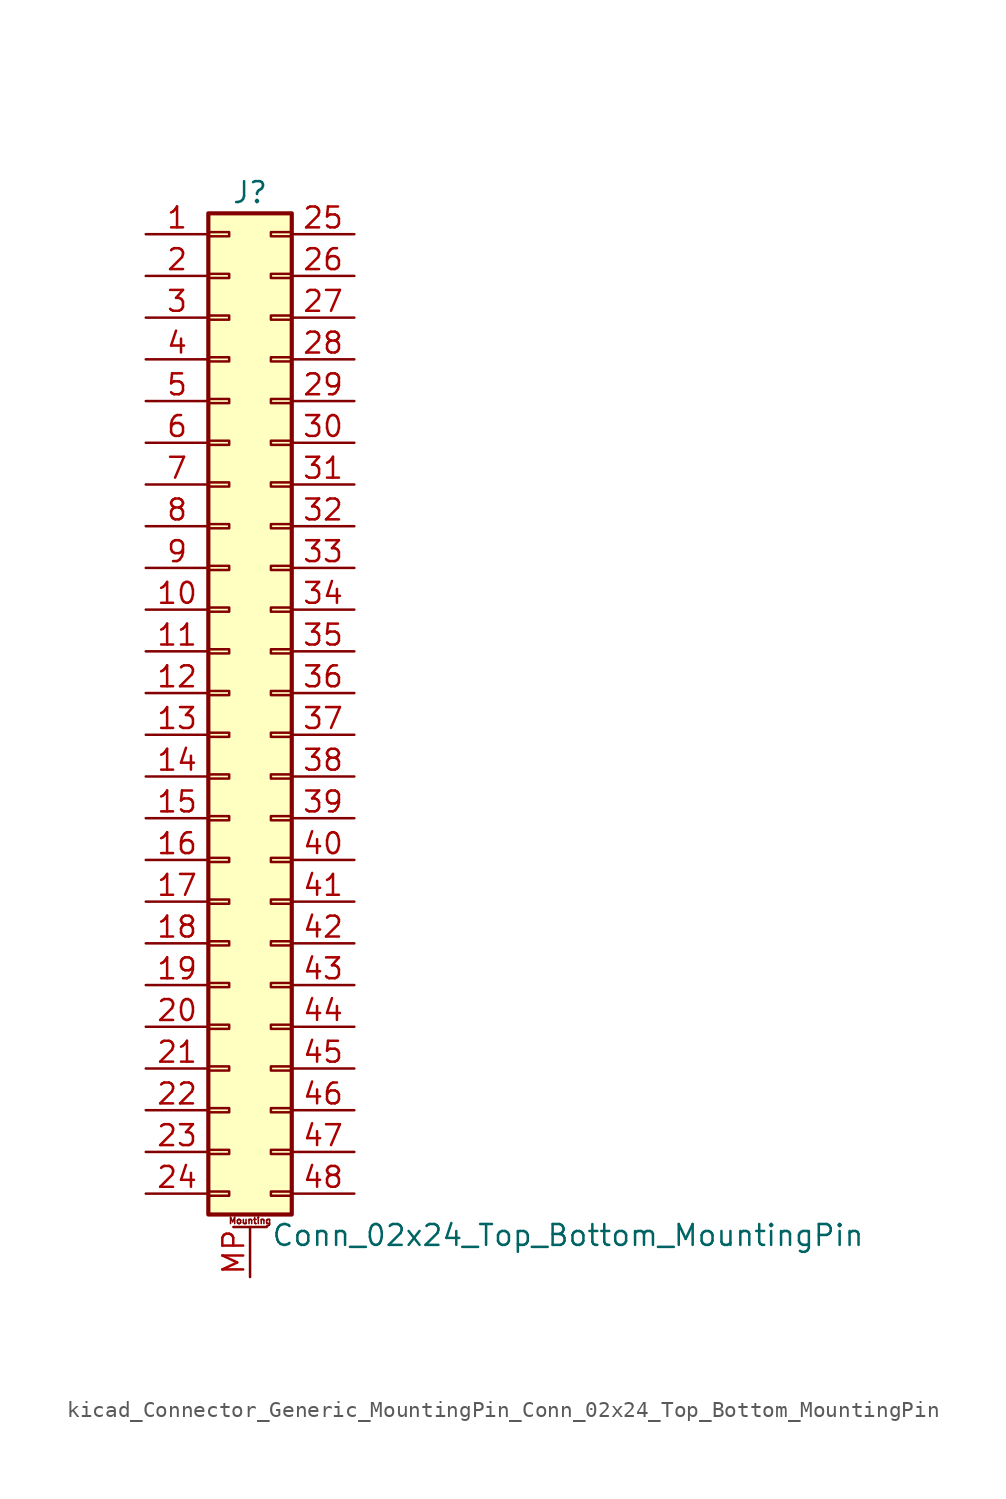
<source format=kicad_sym>
(kicad_symbol_lib
  (version 20220914)
  (generator kicad_symbol_editor)
  (symbol "kicad_Connector_Generic_MountingPin_Conn_02x24_Top_Bottom_MountingPin"
    (pin_names
      (offset 1.016) hide)
    (property "Reference" "J"
      (at 1.27 30.48 0)
      (effects (font (size 1.27 1.27))))
    (property "Value" "Conn_02x24_Top_Bottom_MountingPin"
      (at 2.54 -33.02 0)
      (effects (font (size 1.27 1.27)) (justify left)))
    (symbol "kicad_Connector_Generic_MountingPin_Conn_02x24_Top_Bottom_MountingPin_1_1"
      (rectangle (start -1.27 -30.353) (end 0 -30.607) (stroke (width 0.152) (type default)) (fill (type none)))
      (rectangle (start -1.27 -27.813) (end 0 -28.067) (stroke (width 0.152) (type default)) (fill (type none)))
      (rectangle (start -1.27 -25.273) (end 0 -25.527) (stroke (width 0.152) (type default)) (fill (type none)))
      (rectangle (start -1.27 -22.733) (end 0 -22.987) (stroke (width 0.152) (type default)) (fill (type none)))
      (rectangle (start -1.27 -20.193) (end 0 -20.447) (stroke (width 0.152) (type default)) (fill (type none)))
      (rectangle (start -1.27 -17.653) (end 0 -17.907) (stroke (width 0.152) (type default)) (fill (type none)))
      (rectangle (start -1.27 -15.113) (end 0 -15.367) (stroke (width 0.152) (type default)) (fill (type none)))
      (rectangle (start -1.27 -12.573) (end 0 -12.827) (stroke (width 0.152) (type default)) (fill (type none)))
      (rectangle (start -1.27 -10.033) (end 0 -10.287) (stroke (width 0.152) (type default)) (fill (type none)))
      (rectangle (start -1.27 -7.493) (end 0 -7.747) (stroke (width 0.152) (type default)) (fill (type none)))
      (rectangle (start -1.27 -4.953) (end 0 -5.207) (stroke (width 0.152) (type default)) (fill (type none)))
      (rectangle (start -1.27 -2.413) (end 0 -2.667) (stroke (width 0.152) (type default)) (fill (type none)))
      (rectangle (start -1.27 0.127) (end 0 -0.127) (stroke (width 0.152) (type default)) (fill (type none)))
      (rectangle (start -1.27 2.667) (end 0 2.413) (stroke (width 0.152) (type default)) (fill (type none)))
      (rectangle (start -1.27 5.207) (end 0 4.953) (stroke (width 0.152) (type default)) (fill (type none)))
      (rectangle (start -1.27 7.747) (end 0 7.493) (stroke (width 0.152) (type default)) (fill (type none)))
      (rectangle (start -1.27 10.287) (end 0 10.033) (stroke (width 0.152) (type default)) (fill (type none)))
      (rectangle (start -1.27 12.827) (end 0 12.573) (stroke (width 0.152) (type default)) (fill (type none)))
      (rectangle (start -1.27 15.367) (end 0 15.113) (stroke (width 0.152) (type default)) (fill (type none)))
      (rectangle (start -1.27 17.907) (end 0 17.653) (stroke (width 0.152) (type default)) (fill (type none)))
      (rectangle (start -1.27 20.447) (end 0 20.193) (stroke (width 0.152) (type default)) (fill (type none)))
      (rectangle (start -1.27 22.987) (end 0 22.733) (stroke (width 0.152) (type default)) (fill (type none)))
      (rectangle (start -1.27 25.527) (end 0 25.273) (stroke (width 0.152) (type default)) (fill (type none)))
      (rectangle (start -1.27 28.067) (end 0 27.813) (stroke (width 0.152) (type default)) (fill (type none)))
      (rectangle (start -1.27 29.21) (end 3.81 -31.75) (stroke (width 0.254) (type default)) (fill (type background)))
      (polyline (pts (xy 0.254 -32.512) (xy 2.286 -32.512)) (stroke (width 0.152) (type default)) (fill (type none)))
      (rectangle (start 3.81 -30.353) (end 2.54 -30.607) (stroke (width 0.152) (type default)) (fill (type none)))
      (rectangle (start 3.81 -27.813) (end 2.54 -28.067) (stroke (width 0.152) (type default)) (fill (type none)))
      (rectangle (start 3.81 -25.273) (end 2.54 -25.527) (stroke (width 0.152) (type default)) (fill (type none)))
      (rectangle (start 3.81 -22.733) (end 2.54 -22.987) (stroke (width 0.152) (type default)) (fill (type none)))
      (rectangle (start 3.81 -20.193) (end 2.54 -20.447) (stroke (width 0.152) (type default)) (fill (type none)))
      (rectangle (start 3.81 -17.653) (end 2.54 -17.907) (stroke (width 0.152) (type default)) (fill (type none)))
      (rectangle (start 3.81 -15.113) (end 2.54 -15.367) (stroke (width 0.152) (type default)) (fill (type none)))
      (rectangle (start 3.81 -12.573) (end 2.54 -12.827) (stroke (width 0.152) (type default)) (fill (type none)))
      (rectangle (start 3.81 -10.033) (end 2.54 -10.287) (stroke (width 0.152) (type default)) (fill (type none)))
      (rectangle (start 3.81 -7.493) (end 2.54 -7.747) (stroke (width 0.152) (type default)) (fill (type none)))
      (rectangle (start 3.81 -4.953) (end 2.54 -5.207) (stroke (width 0.152) (type default)) (fill (type none)))
      (rectangle (start 3.81 -2.413) (end 2.54 -2.667) (stroke (width 0.152) (type default)) (fill (type none)))
      (rectangle (start 3.81 0.127) (end 2.54 -0.127) (stroke (width 0.152) (type default)) (fill (type none)))
      (rectangle (start 3.81 2.667) (end 2.54 2.413) (stroke (width 0.152) (type default)) (fill (type none)))
      (rectangle (start 3.81 5.207) (end 2.54 4.953) (stroke (width 0.152) (type default)) (fill (type none)))
      (rectangle (start 3.81 7.747) (end 2.54 7.493) (stroke (width 0.152) (type default)) (fill (type none)))
      (rectangle (start 3.81 10.287) (end 2.54 10.033) (stroke (width 0.152) (type default)) (fill (type none)))
      (rectangle (start 3.81 12.827) (end 2.54 12.573) (stroke (width 0.152) (type default)) (fill (type none)))
      (rectangle (start 3.81 15.367) (end 2.54 15.113) (stroke (width 0.152) (type default)) (fill (type none)))
      (rectangle (start 3.81 17.907) (end 2.54 17.653) (stroke (width 0.152) (type default)) (fill (type none)))
      (rectangle (start 3.81 20.447) (end 2.54 20.193) (stroke (width 0.152) (type default)) (fill (type none)))
      (rectangle (start 3.81 22.987) (end 2.54 22.733) (stroke (width 0.152) (type default)) (fill (type none)))
      (rectangle (start 3.81 25.527) (end 2.54 25.273) (stroke (width 0.152) (type default)) (fill (type none)))
      (rectangle (start 3.81 28.067) (end 2.54 27.813) (stroke (width 0.152) (type default)) (fill (type none)))
      (text "Mounting" (at 1.27 -32.131 0) (effects (font (size 0.381 0.381))))
      (pin passive line (at -5.08 27.94 0) (length 3.81) (name "Pin_1" (effects (font (size 1.27 1.27)))) (number "1" (effects (font (size 1.27 1.27)))))
      (pin passive line (at -5.08 5.08 0) (length 3.81) (name "Pin_10" (effects (font (size 1.27 1.27)))) (number "10" (effects (font (size 1.27 1.27)))))
      (pin passive line (at -5.08 2.54 0) (length 3.81) (name "Pin_11" (effects (font (size 1.27 1.27)))) (number "11" (effects (font (size 1.27 1.27)))))
      (pin passive line (at -5.08 0 0) (length 3.81) (name "Pin_12" (effects (font (size 1.27 1.27)))) (number "12" (effects (font (size 1.27 1.27)))))
      (pin passive line (at -5.08 -2.54 0) (length 3.81) (name "Pin_13" (effects (font (size 1.27 1.27)))) (number "13" (effects (font (size 1.27 1.27)))))
      (pin passive line (at -5.08 -5.08 0) (length 3.81) (name "Pin_14" (effects (font (size 1.27 1.27)))) (number "14" (effects (font (size 1.27 1.27)))))
      (pin passive line (at -5.08 -7.62 0) (length 3.81) (name "Pin_15" (effects (font (size 1.27 1.27)))) (number "15" (effects (font (size 1.27 1.27)))))
      (pin passive line (at -5.08 -10.16 0) (length 3.81) (name "Pin_16" (effects (font (size 1.27 1.27)))) (number "16" (effects (font (size 1.27 1.27)))))
      (pin passive line (at -5.08 -12.7 0) (length 3.81) (name "Pin_17" (effects (font (size 1.27 1.27)))) (number "17" (effects (font (size 1.27 1.27)))))
      (pin passive line (at -5.08 -15.24 0) (length 3.81) (name "Pin_18" (effects (font (size 1.27 1.27)))) (number "18" (effects (font (size 1.27 1.27)))))
      (pin passive line (at -5.08 -17.78 0) (length 3.81) (name "Pin_19" (effects (font (size 1.27 1.27)))) (number "19" (effects (font (size 1.27 1.27)))))
      (pin passive line (at -5.08 25.4 0) (length 3.81) (name "Pin_2" (effects (font (size 1.27 1.27)))) (number "2" (effects (font (size 1.27 1.27)))))
      (pin passive line (at -5.08 -20.32 0) (length 3.81) (name "Pin_20" (effects (font (size 1.27 1.27)))) (number "20" (effects (font (size 1.27 1.27)))))
      (pin passive line (at -5.08 -22.86 0) (length 3.81) (name "Pin_21" (effects (font (size 1.27 1.27)))) (number "21" (effects (font (size 1.27 1.27)))))
      (pin passive line (at -5.08 -25.4 0) (length 3.81) (name "Pin_22" (effects (font (size 1.27 1.27)))) (number "22" (effects (font (size 1.27 1.27)))))
      (pin passive line (at -5.08 -27.94 0) (length 3.81) (name "Pin_23" (effects (font (size 1.27 1.27)))) (number "23" (effects (font (size 1.27 1.27)))))
      (pin passive line (at -5.08 -30.48 0) (length 3.81) (name "Pin_24" (effects (font (size 1.27 1.27)))) (number "24" (effects (font (size 1.27 1.27)))))
      (pin passive line (at 7.62 27.94 180) (length 3.81) (name "Pin_25" (effects (font (size 1.27 1.27)))) (number "25" (effects (font (size 1.27 1.27)))))
      (pin passive line (at 7.62 25.4 180) (length 3.81) (name "Pin_26" (effects (font (size 1.27 1.27)))) (number "26" (effects (font (size 1.27 1.27)))))
      (pin passive line (at 7.62 22.86 180) (length 3.81) (name "Pin_27" (effects (font (size 1.27 1.27)))) (number "27" (effects (font (size 1.27 1.27)))))
      (pin passive line (at 7.62 20.32 180) (length 3.81) (name "Pin_28" (effects (font (size 1.27 1.27)))) (number "28" (effects (font (size 1.27 1.27)))))
      (pin passive line (at 7.62 17.78 180) (length 3.81) (name "Pin_29" (effects (font (size 1.27 1.27)))) (number "29" (effects (font (size 1.27 1.27)))))
      (pin passive line (at -5.08 22.86 0) (length 3.81) (name "Pin_3" (effects (font (size 1.27 1.27)))) (number "3" (effects (font (size 1.27 1.27)))))
      (pin passive line (at 7.62 15.24 180) (length 3.81) (name "Pin_30" (effects (font (size 1.27 1.27)))) (number "30" (effects (font (size 1.27 1.27)))))
      (pin passive line (at 7.62 12.7 180) (length 3.81) (name "Pin_31" (effects (font (size 1.27 1.27)))) (number "31" (effects (font (size 1.27 1.27)))))
      (pin passive line (at 7.62 10.16 180) (length 3.81) (name "Pin_32" (effects (font (size 1.27 1.27)))) (number "32" (effects (font (size 1.27 1.27)))))
      (pin passive line (at 7.62 7.62 180) (length 3.81) (name "Pin_33" (effects (font (size 1.27 1.27)))) (number "33" (effects (font (size 1.27 1.27)))))
      (pin passive line (at 7.62 5.08 180) (length 3.81) (name "Pin_34" (effects (font (size 1.27 1.27)))) (number "34" (effects (font (size 1.27 1.27)))))
      (pin passive line (at 7.62 2.54 180) (length 3.81) (name "Pin_35" (effects (font (size 1.27 1.27)))) (number "35" (effects (font (size 1.27 1.27)))))
      (pin passive line (at 7.62 0 180) (length 3.81) (name "Pin_36" (effects (font (size 1.27 1.27)))) (number "36" (effects (font (size 1.27 1.27)))))
      (pin passive line (at 7.62 -2.54 180) (length 3.81) (name "Pin_37" (effects (font (size 1.27 1.27)))) (number "37" (effects (font (size 1.27 1.27)))))
      (pin passive line (at 7.62 -5.08 180) (length 3.81) (name "Pin_38" (effects (font (size 1.27 1.27)))) (number "38" (effects (font (size 1.27 1.27)))))
      (pin passive line (at 7.62 -7.62 180) (length 3.81) (name "Pin_39" (effects (font (size 1.27 1.27)))) (number "39" (effects (font (size 1.27 1.27)))))
      (pin passive line (at -5.08 20.32 0) (length 3.81) (name "Pin_4" (effects (font (size 1.27 1.27)))) (number "4" (effects (font (size 1.27 1.27)))))
      (pin passive line (at 7.62 -10.16 180) (length 3.81) (name "Pin_40" (effects (font (size 1.27 1.27)))) (number "40" (effects (font (size 1.27 1.27)))))
      (pin passive line (at 7.62 -12.7 180) (length 3.81) (name "Pin_41" (effects (font (size 1.27 1.27)))) (number "41" (effects (font (size 1.27 1.27)))))
      (pin passive line (at 7.62 -15.24 180) (length 3.81) (name "Pin_42" (effects (font (size 1.27 1.27)))) (number "42" (effects (font (size 1.27 1.27)))))
      (pin passive line (at 7.62 -17.78 180) (length 3.81) (name "Pin_43" (effects (font (size 1.27 1.27)))) (number "43" (effects (font (size 1.27 1.27)))))
      (pin passive line (at 7.62 -20.32 180) (length 3.81) (name "Pin_44" (effects (font (size 1.27 1.27)))) (number "44" (effects (font (size 1.27 1.27)))))
      (pin passive line (at 7.62 -22.86 180) (length 3.81) (name "Pin_45" (effects (font (size 1.27 1.27)))) (number "45" (effects (font (size 1.27 1.27)))))
      (pin passive line (at 7.62 -25.4 180) (length 3.81) (name "Pin_46" (effects (font (size 1.27 1.27)))) (number "46" (effects (font (size 1.27 1.27)))))
      (pin passive line (at 7.62 -27.94 180) (length 3.81) (name "Pin_47" (effects (font (size 1.27 1.27)))) (number "47" (effects (font (size 1.27 1.27)))))
      (pin passive line (at 7.62 -30.48 180) (length 3.81) (name "Pin_48" (effects (font (size 1.27 1.27)))) (number "48" (effects (font (size 1.27 1.27)))))
      (pin passive line (at -5.08 17.78 0) (length 3.81) (name "Pin_5" (effects (font (size 1.27 1.27)))) (number "5" (effects (font (size 1.27 1.27)))))
      (pin passive line (at -5.08 15.24 0) (length 3.81) (name "Pin_6" (effects (font (size 1.27 1.27)))) (number "6" (effects (font (size 1.27 1.27)))))
      (pin passive line (at -5.08 12.7 0) (length 3.81) (name "Pin_7" (effects (font (size 1.27 1.27)))) (number "7" (effects (font (size 1.27 1.27)))))
      (pin passive line (at -5.08 10.16 0) (length 3.81) (name "Pin_8" (effects (font (size 1.27 1.27)))) (number "8" (effects (font (size 1.27 1.27)))))
      (pin passive line (at -5.08 7.62 0) (length 3.81) (name "Pin_9" (effects (font (size 1.27 1.27)))) (number "9" (effects (font (size 1.27 1.27)))))
      (pin passive line (at 1.27 -35.56 90) (length 3.048) (name "MountPin" (effects (font (size 1.27 1.27)))) (number "MP" (effects (font (size 1.27 1.27))))))))
</source>
